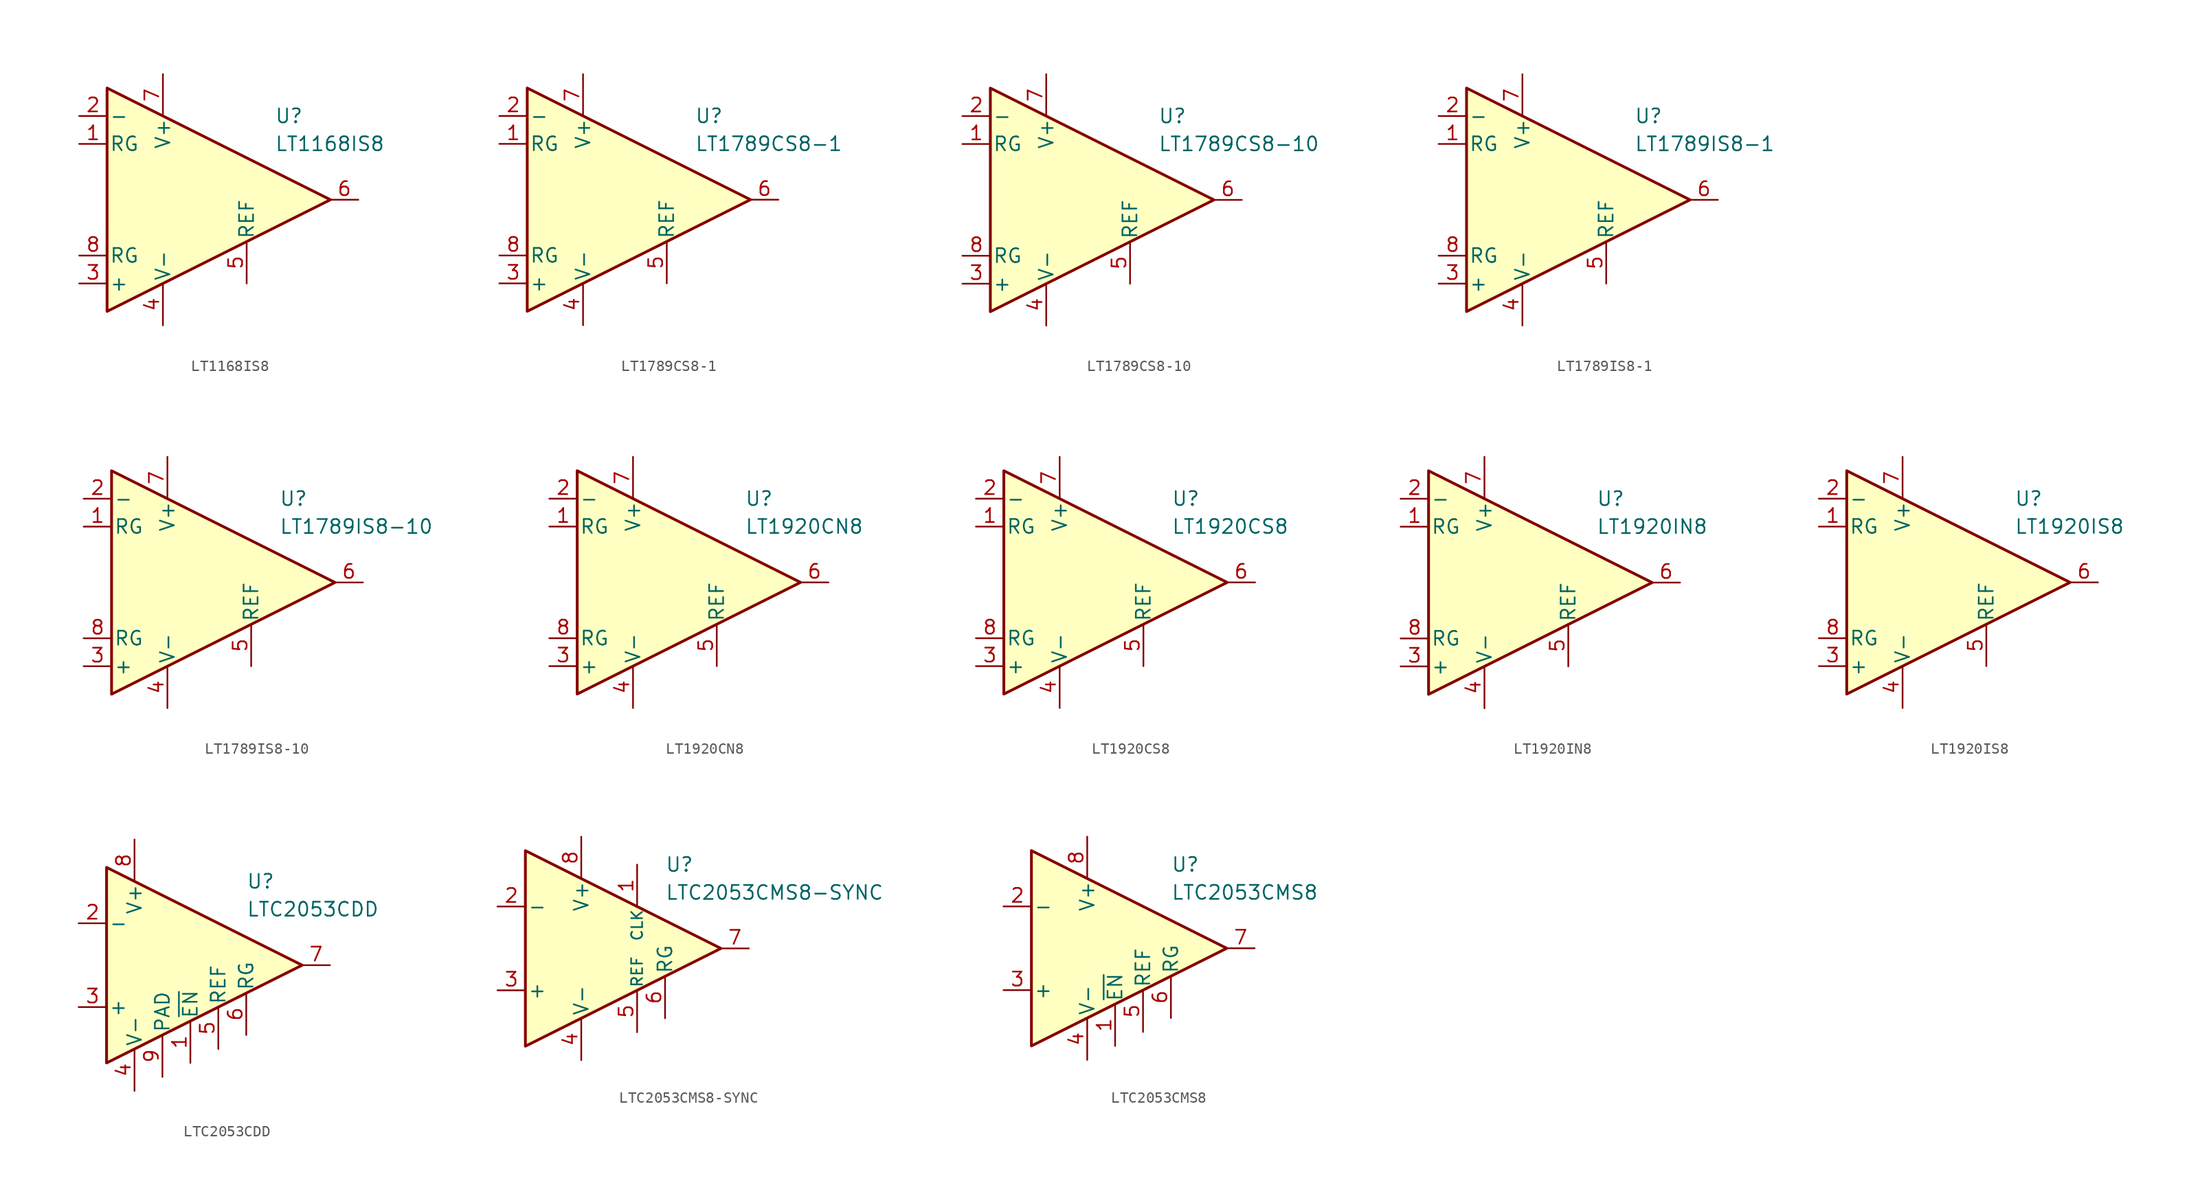
<source format=kicad_sym>
(kicad_symbol_lib
  (version 20211014)
  (generator kicad_symbol_editor)
  (symbol "LT1168IS8"
    (pin_names
      (offset 0.2))
    (property "Reference" "U"
      (at 6.35 7.62 0)
      (effects (font (size 1.27 1.27)) (justify left)))
    (property "Value" "LT1168IS8"
      (at 6.35 5.08 0)
      (effects (font (size 1.27 1.27)) (justify left)))
    (symbol "LT1168IS8_0_1"
      (polyline (pts (xy -8.89 10.16) (xy -8.89 -10.16) (xy 11.43 0) (xy -8.89 10.16)) (stroke (width 0.254) (type default) (color 0 0 0 0)) (fill (type background))))
    (symbol "LT1168IS8_1_1"
      (pin passive line (at -11.43 5.08 0) (length 2.54) (name "RG" (effects (font (size 1.27 1.27)))) (number "1" (effects (font (size 1.27 1.27)))))
      (pin input line (at -11.43 7.62 0) (length 2.54) (name "-" (effects (font (size 1.27 1.27)))) (number "2" (effects (font (size 1.27 1.27)))))
      (pin input line (at -11.43 -7.62 0) (length 2.54) (name "+" (effects (font (size 1.27 1.27)))) (number "3" (effects (font (size 1.27 1.27)))))
      (pin power_in line (at -3.81 -11.43 90) (length 3.81) (name "V-" (effects (font (size 1.27 1.27)))) (number "4" (effects (font (size 1.27 1.27)))))
      (pin input line (at 3.81 -7.62 90) (length 3.81) (name "REF" (effects (font (size 1.27 1.27)))) (number "5" (effects (font (size 1.27 1.27)))))
      (pin output line (at 13.97 0 180) (length 2.54) (name "~" (effects (font (size 1.27 1.27)))) (number "6" (effects (font (size 1.27 1.27)))))
      (pin power_in line (at -3.81 11.43 270) (length 3.81) (name "V+" (effects (font (size 1.27 1.27)))) (number "7" (effects (font (size 1.27 1.27)))))
      (pin passive line (at -11.43 -5.08 0) (length 2.54) (name "RG" (effects (font (size 1.27 1.27)))) (number "8" (effects (font (size 1.27 1.27)))))))
  (symbol "LT1789CS8-1"
    (pin_names
      (offset 0.2))
    (property "Reference" "U"
      (at 6.35 7.62 0)
      (effects (font (size 1.27 1.27)) (justify left)))
    (property "Value" "LT1789CS8-1"
      (at 6.35 5.08 0)
      (effects (font (size 1.27 1.27)) (justify left)))
    (symbol "LT1789CS8-1_0_1"
      (polyline (pts (xy -8.89 10.16) (xy -8.89 -10.16) (xy 11.43 0) (xy -8.89 10.16)) (stroke (width 0.254) (type default) (color 0 0 0 0)) (fill (type background))))
    (symbol "LT1789CS8-1_1_1"
      (pin passive line (at -11.43 5.08 0) (length 2.54) (name "RG" (effects (font (size 1.27 1.27)))) (number "1" (effects (font (size 1.27 1.27)))))
      (pin input line (at -11.43 7.62 0) (length 2.54) (name "-" (effects (font (size 1.27 1.27)))) (number "2" (effects (font (size 1.27 1.27)))))
      (pin input line (at -11.43 -7.62 0) (length 2.54) (name "+" (effects (font (size 1.27 1.27)))) (number "3" (effects (font (size 1.27 1.27)))))
      (pin power_in line (at -3.81 -11.43 90) (length 3.81) (name "V-" (effects (font (size 1.27 1.27)))) (number "4" (effects (font (size 1.27 1.27)))))
      (pin input line (at 3.81 -7.62 90) (length 3.81) (name "REF" (effects (font (size 1.27 1.27)))) (number "5" (effects (font (size 1.27 1.27)))))
      (pin output line (at 13.97 0 180) (length 2.54) (name "~" (effects (font (size 1.27 1.27)))) (number "6" (effects (font (size 1.27 1.27)))))
      (pin power_in line (at -3.81 11.43 270) (length 3.81) (name "V+" (effects (font (size 1.27 1.27)))) (number "7" (effects (font (size 1.27 1.27)))))
      (pin passive line (at -11.43 -5.08 0) (length 2.54) (name "RG" (effects (font (size 1.27 1.27)))) (number "8" (effects (font (size 1.27 1.27)))))))
  (symbol "LT1789CS8-10"
    (pin_names
      (offset 0.2))
    (property "Reference" "U"
      (at 6.35 7.62 0)
      (effects (font (size 1.27 1.27)) (justify left)))
    (property "Value" "LT1789CS8-10"
      (at 6.35 5.08 0)
      (effects (font (size 1.27 1.27)) (justify left)))
    (symbol "LT1789CS8-10_0_1"
      (polyline (pts (xy -8.89 10.16) (xy -8.89 -10.16) (xy 11.43 0) (xy -8.89 10.16)) (stroke (width 0.254) (type default) (color 0 0 0 0)) (fill (type background))))
    (symbol "LT1789CS8-10_1_1"
      (pin passive line (at -11.43 5.08 0) (length 2.54) (name "RG" (effects (font (size 1.27 1.27)))) (number "1" (effects (font (size 1.27 1.27)))))
      (pin input line (at -11.43 7.62 0) (length 2.54) (name "-" (effects (font (size 1.27 1.27)))) (number "2" (effects (font (size 1.27 1.27)))))
      (pin input line (at -11.43 -7.62 0) (length 2.54) (name "+" (effects (font (size 1.27 1.27)))) (number "3" (effects (font (size 1.27 1.27)))))
      (pin power_in line (at -3.81 -11.43 90) (length 3.81) (name "V-" (effects (font (size 1.27 1.27)))) (number "4" (effects (font (size 1.27 1.27)))))
      (pin input line (at 3.81 -7.62 90) (length 3.81) (name "REF" (effects (font (size 1.27 1.27)))) (number "5" (effects (font (size 1.27 1.27)))))
      (pin output line (at 13.97 0 180) (length 2.54) (name "~" (effects (font (size 1.27 1.27)))) (number "6" (effects (font (size 1.27 1.27)))))
      (pin power_in line (at -3.81 11.43 270) (length 3.81) (name "V+" (effects (font (size 1.27 1.27)))) (number "7" (effects (font (size 1.27 1.27)))))
      (pin passive line (at -11.43 -5.08 0) (length 2.54) (name "RG" (effects (font (size 1.27 1.27)))) (number "8" (effects (font (size 1.27 1.27)))))))
  (symbol "LT1789IS8-1"
    (pin_names
      (offset 0.2))
    (property "Reference" "U"
      (at 6.35 7.62 0)
      (effects (font (size 1.27 1.27)) (justify left)))
    (property "Value" "LT1789IS8-1"
      (at 6.35 5.08 0)
      (effects (font (size 1.27 1.27)) (justify left)))
    (symbol "LT1789IS8-1_0_1"
      (polyline (pts (xy -8.89 10.16) (xy -8.89 -10.16) (xy 11.43 0) (xy -8.89 10.16)) (stroke (width 0.254) (type default) (color 0 0 0 0)) (fill (type background))))
    (symbol "LT1789IS8-1_1_1"
      (pin passive line (at -11.43 5.08 0) (length 2.54) (name "RG" (effects (font (size 1.27 1.27)))) (number "1" (effects (font (size 1.27 1.27)))))
      (pin input line (at -11.43 7.62 0) (length 2.54) (name "-" (effects (font (size 1.27 1.27)))) (number "2" (effects (font (size 1.27 1.27)))))
      (pin input line (at -11.43 -7.62 0) (length 2.54) (name "+" (effects (font (size 1.27 1.27)))) (number "3" (effects (font (size 1.27 1.27)))))
      (pin power_in line (at -3.81 -11.43 90) (length 3.81) (name "V-" (effects (font (size 1.27 1.27)))) (number "4" (effects (font (size 1.27 1.27)))))
      (pin input line (at 3.81 -7.62 90) (length 3.81) (name "REF" (effects (font (size 1.27 1.27)))) (number "5" (effects (font (size 1.27 1.27)))))
      (pin output line (at 13.97 0 180) (length 2.54) (name "~" (effects (font (size 1.27 1.27)))) (number "6" (effects (font (size 1.27 1.27)))))
      (pin power_in line (at -3.81 11.43 270) (length 3.81) (name "V+" (effects (font (size 1.27 1.27)))) (number "7" (effects (font (size 1.27 1.27)))))
      (pin passive line (at -11.43 -5.08 0) (length 2.54) (name "RG" (effects (font (size 1.27 1.27)))) (number "8" (effects (font (size 1.27 1.27)))))))
  (symbol "LT1789IS8-10"
    (pin_names
      (offset 0.2))
    (property "Reference" "U"
      (at 6.35 7.62 0)
      (effects (font (size 1.27 1.27)) (justify left)))
    (property "Value" "LT1789IS8-10"
      (at 6.35 5.08 0)
      (effects (font (size 1.27 1.27)) (justify left)))
    (symbol "LT1789IS8-10_0_1"
      (polyline (pts (xy -8.89 10.16) (xy -8.89 -10.16) (xy 11.43 0) (xy -8.89 10.16)) (stroke (width 0.254) (type default) (color 0 0 0 0)) (fill (type background))))
    (symbol "LT1789IS8-10_1_1"
      (pin passive line (at -11.43 5.08 0) (length 2.54) (name "RG" (effects (font (size 1.27 1.27)))) (number "1" (effects (font (size 1.27 1.27)))))
      (pin input line (at -11.43 7.62 0) (length 2.54) (name "-" (effects (font (size 1.27 1.27)))) (number "2" (effects (font (size 1.27 1.27)))))
      (pin input line (at -11.43 -7.62 0) (length 2.54) (name "+" (effects (font (size 1.27 1.27)))) (number "3" (effects (font (size 1.27 1.27)))))
      (pin power_in line (at -3.81 -11.43 90) (length 3.81) (name "V-" (effects (font (size 1.27 1.27)))) (number "4" (effects (font (size 1.27 1.27)))))
      (pin input line (at 3.81 -7.62 90) (length 3.81) (name "REF" (effects (font (size 1.27 1.27)))) (number "5" (effects (font (size 1.27 1.27)))))
      (pin output line (at 13.97 0 180) (length 2.54) (name "~" (effects (font (size 1.27 1.27)))) (number "6" (effects (font (size 1.27 1.27)))))
      (pin power_in line (at -3.81 11.43 270) (length 3.81) (name "V+" (effects (font (size 1.27 1.27)))) (number "7" (effects (font (size 1.27 1.27)))))
      (pin passive line (at -11.43 -5.08 0) (length 2.54) (name "RG" (effects (font (size 1.27 1.27)))) (number "8" (effects (font (size 1.27 1.27)))))))
  (symbol "LT1920CN8"
    (pin_names
      (offset 0.2))
    (property "Reference" "U"
      (at 6.35 7.62 0)
      (effects (font (size 1.27 1.27)) (justify left)))
    (property "Value" "LT1920CN8"
      (at 6.35 5.08 0)
      (effects (font (size 1.27 1.27)) (justify left)))
    (symbol "LT1920CN8_0_1"
      (polyline (pts (xy -8.89 10.16) (xy -8.89 -10.16) (xy 11.43 0) (xy -8.89 10.16)) (stroke (width 0.254) (type default) (color 0 0 0 0)) (fill (type background))))
    (symbol "LT1920CN8_1_1"
      (pin passive line (at -11.43 5.08 0) (length 2.54) (name "RG" (effects (font (size 1.27 1.27)))) (number "1" (effects (font (size 1.27 1.27)))))
      (pin input line (at -11.43 7.62 0) (length 2.54) (name "-" (effects (font (size 1.27 1.27)))) (number "2" (effects (font (size 1.27 1.27)))))
      (pin input line (at -11.43 -7.62 0) (length 2.54) (name "+" (effects (font (size 1.27 1.27)))) (number "3" (effects (font (size 1.27 1.27)))))
      (pin power_in line (at -3.81 -11.43 90) (length 3.81) (name "V-" (effects (font (size 1.27 1.27)))) (number "4" (effects (font (size 1.27 1.27)))))
      (pin input line (at 3.81 -7.62 90) (length 3.81) (name "REF" (effects (font (size 1.27 1.27)))) (number "5" (effects (font (size 1.27 1.27)))))
      (pin output line (at 13.97 0 180) (length 2.54) (name "~" (effects (font (size 1.27 1.27)))) (number "6" (effects (font (size 1.27 1.27)))))
      (pin power_in line (at -3.81 11.43 270) (length 3.81) (name "V+" (effects (font (size 1.27 1.27)))) (number "7" (effects (font (size 1.27 1.27)))))
      (pin passive line (at -11.43 -5.08 0) (length 2.54) (name "RG" (effects (font (size 1.27 1.27)))) (number "8" (effects (font (size 1.27 1.27)))))))
  (symbol "LT1920CS8"
    (pin_names
      (offset 0.2))
    (property "Reference" "U"
      (at 6.35 7.62 0)
      (effects (font (size 1.27 1.27)) (justify left)))
    (property "Value" "LT1920CS8"
      (at 6.35 5.08 0)
      (effects (font (size 1.27 1.27)) (justify left)))
    (symbol "LT1920CS8_0_1"
      (polyline (pts (xy -8.89 10.16) (xy -8.89 -10.16) (xy 11.43 0) (xy -8.89 10.16)) (stroke (width 0.254) (type default) (color 0 0 0 0)) (fill (type background))))
    (symbol "LT1920CS8_1_1"
      (pin passive line (at -11.43 5.08 0) (length 2.54) (name "RG" (effects (font (size 1.27 1.27)))) (number "1" (effects (font (size 1.27 1.27)))))
      (pin input line (at -11.43 7.62 0) (length 2.54) (name "-" (effects (font (size 1.27 1.27)))) (number "2" (effects (font (size 1.27 1.27)))))
      (pin input line (at -11.43 -7.62 0) (length 2.54) (name "+" (effects (font (size 1.27 1.27)))) (number "3" (effects (font (size 1.27 1.27)))))
      (pin power_in line (at -3.81 -11.43 90) (length 3.81) (name "V-" (effects (font (size 1.27 1.27)))) (number "4" (effects (font (size 1.27 1.27)))))
      (pin input line (at 3.81 -7.62 90) (length 3.81) (name "REF" (effects (font (size 1.27 1.27)))) (number "5" (effects (font (size 1.27 1.27)))))
      (pin output line (at 13.97 0 180) (length 2.54) (name "~" (effects (font (size 1.27 1.27)))) (number "6" (effects (font (size 1.27 1.27)))))
      (pin power_in line (at -3.81 11.43 270) (length 3.81) (name "V+" (effects (font (size 1.27 1.27)))) (number "7" (effects (font (size 1.27 1.27)))))
      (pin passive line (at -11.43 -5.08 0) (length 2.54) (name "RG" (effects (font (size 1.27 1.27)))) (number "8" (effects (font (size 1.27 1.27)))))))
  (symbol "LT1920IN8"
    (pin_names
      (offset 0.2))
    (property "Reference" "U"
      (at 6.35 7.62 0)
      (effects (font (size 1.27 1.27)) (justify left)))
    (property "Value" "LT1920IN8"
      (at 6.35 5.08 0)
      (effects (font (size 1.27 1.27)) (justify left)))
    (symbol "LT1920IN8_0_1"
      (polyline (pts (xy -8.89 10.16) (xy -8.89 -10.16) (xy 11.43 0) (xy -8.89 10.16)) (stroke (width 0.254) (type default) (color 0 0 0 0)) (fill (type background))))
    (symbol "LT1920IN8_1_1"
      (pin passive line (at -11.43 5.08 0) (length 2.54) (name "RG" (effects (font (size 1.27 1.27)))) (number "1" (effects (font (size 1.27 1.27)))))
      (pin input line (at -11.43 7.62 0) (length 2.54) (name "-" (effects (font (size 1.27 1.27)))) (number "2" (effects (font (size 1.27 1.27)))))
      (pin input line (at -11.43 -7.62 0) (length 2.54) (name "+" (effects (font (size 1.27 1.27)))) (number "3" (effects (font (size 1.27 1.27)))))
      (pin power_in line (at -3.81 -11.43 90) (length 3.81) (name "V-" (effects (font (size 1.27 1.27)))) (number "4" (effects (font (size 1.27 1.27)))))
      (pin input line (at 3.81 -7.62 90) (length 3.81) (name "REF" (effects (font (size 1.27 1.27)))) (number "5" (effects (font (size 1.27 1.27)))))
      (pin output line (at 13.97 0 180) (length 2.54) (name "~" (effects (font (size 1.27 1.27)))) (number "6" (effects (font (size 1.27 1.27)))))
      (pin power_in line (at -3.81 11.43 270) (length 3.81) (name "V+" (effects (font (size 1.27 1.27)))) (number "7" (effects (font (size 1.27 1.27)))))
      (pin passive line (at -11.43 -5.08 0) (length 2.54) (name "RG" (effects (font (size 1.27 1.27)))) (number "8" (effects (font (size 1.27 1.27)))))))
  (symbol "LT1920IS8"
    (pin_names
      (offset 0.2))
    (property "Reference" "U"
      (at 6.35 7.62 0)
      (effects (font (size 1.27 1.27)) (justify left)))
    (property "Value" "LT1920IS8"
      (at 6.35 5.08 0)
      (effects (font (size 1.27 1.27)) (justify left)))
    (symbol "LT1920IS8_0_1"
      (polyline (pts (xy -8.89 10.16) (xy -8.89 -10.16) (xy 11.43 0) (xy -8.89 10.16)) (stroke (width 0.254) (type default) (color 0 0 0 0)) (fill (type background))))
    (symbol "LT1920IS8_1_1"
      (pin passive line (at -11.43 5.08 0) (length 2.54) (name "RG" (effects (font (size 1.27 1.27)))) (number "1" (effects (font (size 1.27 1.27)))))
      (pin input line (at -11.43 7.62 0) (length 2.54) (name "-" (effects (font (size 1.27 1.27)))) (number "2" (effects (font (size 1.27 1.27)))))
      (pin input line (at -11.43 -7.62 0) (length 2.54) (name "+" (effects (font (size 1.27 1.27)))) (number "3" (effects (font (size 1.27 1.27)))))
      (pin power_in line (at -3.81 -11.43 90) (length 3.81) (name "V-" (effects (font (size 1.27 1.27)))) (number "4" (effects (font (size 1.27 1.27)))))
      (pin input line (at 3.81 -7.62 90) (length 3.81) (name "REF" (effects (font (size 1.27 1.27)))) (number "5" (effects (font (size 1.27 1.27)))))
      (pin output line (at 13.97 0 180) (length 2.54) (name "~" (effects (font (size 1.27 1.27)))) (number "6" (effects (font (size 1.27 1.27)))))
      (pin power_in line (at -3.81 11.43 270) (length 3.81) (name "V+" (effects (font (size 1.27 1.27)))) (number "7" (effects (font (size 1.27 1.27)))))
      (pin passive line (at -11.43 -5.08 0) (length 2.54) (name "RG" (effects (font (size 1.27 1.27)))) (number "8" (effects (font (size 1.27 1.27)))))))
  (symbol "LTC2053CDD"
    (pin_names
      (offset 0.2))
    (property "Reference" "U"
      (at 6.35 7.62 0)
      (effects (font (size 1.27 1.27)) (justify left)))
    (property "Value" "LTC2053CDD"
      (at 6.35 5.08 0)
      (effects (font (size 1.27 1.27)) (justify left)))
    (symbol "LTC2053CDD_0_1"
      (polyline (pts (xy -6.35 8.89) (xy -6.35 -8.89) (xy 11.43 0) (xy -6.35 8.89)) (stroke (width 0.254) (type default) (color 0 0 0 0)) (fill (type background))))
    (symbol "LTC2053CDD_1_1"
      (pin input line (at 1.27 -8.89 90) (length 3.81) (name "~{EN}" (effects (font (size 1.27 1.27)))) (number "1" (effects (font (size 1.27 1.27)))))
      (pin input line (at -8.89 3.81 0) (length 2.54) (name "-" (effects (font (size 1.27 1.27)))) (number "2" (effects (font (size 1.27 1.27)))))
      (pin input line (at -8.89 -3.81 0) (length 2.54) (name "+" (effects (font (size 1.27 1.27)))) (number "3" (effects (font (size 1.27 1.27)))))
      (pin power_in line (at -3.81 -11.43 90) (length 3.81) (name "V-" (effects (font (size 1.27 1.27)))) (number "4" (effects (font (size 1.27 1.27)))))
      (pin input line (at 3.81 -7.62 90) (length 3.81) (name "REF" (effects (font (size 1.27 1.27)))) (number "5" (effects (font (size 1.27 1.27)))))
      (pin passive line (at 6.35 -6.35 90) (length 3.81) (name "RG" (effects (font (size 1.27 1.27)))) (number "6" (effects (font (size 1.27 1.27)))))
      (pin output line (at 13.97 0 180) (length 2.54) (name "~" (effects (font (size 1.27 1.27)))) (number "7" (effects (font (size 1.27 1.27)))))
      (pin power_in line (at -3.81 11.43 270) (length 3.81) (name "V+" (effects (font (size 1.27 1.27)))) (number "8" (effects (font (size 1.27 1.27)))))
      (pin power_in line (at -1.27 -10.16 90) (length 3.81) (name "PAD" (effects (font (size 1.27 1.27)))) (number "9" (effects (font (size 1.27 1.27)))))))
  (symbol "LTC2053CMS8-SYNC"
    (pin_names
      (offset 0.2))
    (property "Reference" "U"
      (at 6.35 7.62 0)
      (effects (font (size 1.27 1.27)) (justify left)))
    (property "Value" "LTC2053CMS8-SYNC"
      (at 6.35 5.08 0)
      (effects (font (size 1.27 1.27)) (justify left)))
    (symbol "LTC2053CMS8-SYNC_0_1"
      (polyline (pts (xy -6.35 8.89) (xy -6.35 -8.89) (xy 11.43 0) (xy -6.35 8.89)) (stroke (width 0.254) (type default) (color 0 0 0 0)) (fill (type background))))
    (symbol "LTC2053CMS8-SYNC_1_1"
      (pin input line (at 3.81 7.62 270) (length 3.81) (name "CLK" (effects (font (size 1 1)))) (number "1" (effects (font (size 1.27 1.27)))))
      (pin input line (at -8.89 3.81 0) (length 2.54) (name "-" (effects (font (size 1.27 1.27)))) (number "2" (effects (font (size 1.27 1.27)))))
      (pin input line (at -8.89 -3.81 0) (length 2.54) (name "+" (effects (font (size 1.27 1.27)))) (number "3" (effects (font (size 1.27 1.27)))))
      (pin power_in line (at -1.27 -10.16 90) (length 3.81) (name "V-" (effects (font (size 1.27 1.27)))) (number "4" (effects (font (size 1.27 1.27)))))
      (pin input line (at 3.81 -7.62 90) (length 3.81) (name "REF" (effects (font (size 1 1)))) (number "5" (effects (font (size 1.27 1.27)))))
      (pin passive line (at 6.35 -6.35 90) (length 3.81) (name "RG" (effects (font (size 1.27 1.27)))) (number "6" (effects (font (size 1.27 1.27)))))
      (pin output line (at 13.97 0 180) (length 2.54) (name "~" (effects (font (size 1.27 1.27)))) (number "7" (effects (font (size 1.27 1.27)))))
      (pin power_in line (at -1.27 10.16 270) (length 3.81) (name "V+" (effects (font (size 1.27 1.27)))) (number "8" (effects (font (size 1.27 1.27)))))))
  (symbol "LTC2053CMS8"
    (pin_names
      (offset 0.2))
    (property "Reference" "U"
      (at 6.35 7.62 0)
      (effects (font (size 1.27 1.27)) (justify left)))
    (property "Value" "LTC2053CMS8"
      (at 6.35 5.08 0)
      (effects (font (size 1.27 1.27)) (justify left)))
    (symbol "LTC2053CMS8_0_1"
      (polyline (pts (xy -6.35 8.89) (xy -6.35 -8.89) (xy 11.43 0) (xy -6.35 8.89)) (stroke (width 0.254) (type default) (color 0 0 0 0)) (fill (type background))))
    (symbol "LTC2053CMS8_1_1"
      (pin input line (at 1.27 -8.89 90) (length 3.81) (name "~{EN}" (effects (font (size 1.27 1.27)))) (number "1" (effects (font (size 1.27 1.27)))))
      (pin input line (at -8.89 3.81 0) (length 2.54) (name "-" (effects (font (size 1.27 1.27)))) (number "2" (effects (font (size 1.27 1.27)))))
      (pin input line (at -8.89 -3.81 0) (length 2.54) (name "+" (effects (font (size 1.27 1.27)))) (number "3" (effects (font (size 1.27 1.27)))))
      (pin power_in line (at -1.27 -10.16 90) (length 3.81) (name "V-" (effects (font (size 1.27 1.27)))) (number "4" (effects (font (size 1.27 1.27)))))
      (pin input line (at 3.81 -7.62 90) (length 3.81) (name "REF" (effects (font (size 1.27 1.27)))) (number "5" (effects (font (size 1.27 1.27)))))
      (pin passive line (at 6.35 -6.35 90) (length 3.81) (name "RG" (effects (font (size 1.27 1.27)))) (number "6" (effects (font (size 1.27 1.27)))))
      (pin output line (at 13.97 0 180) (length 2.54) (name "~" (effects (font (size 1.27 1.27)))) (number "7" (effects (font (size 1.27 1.27)))))
      (pin power_in line (at -1.27 10.16 270) (length 3.81) (name "V+" (effects (font (size 1.27 1.27)))) (number "8" (effects (font (size 1.27 1.27))))))))
</source>
